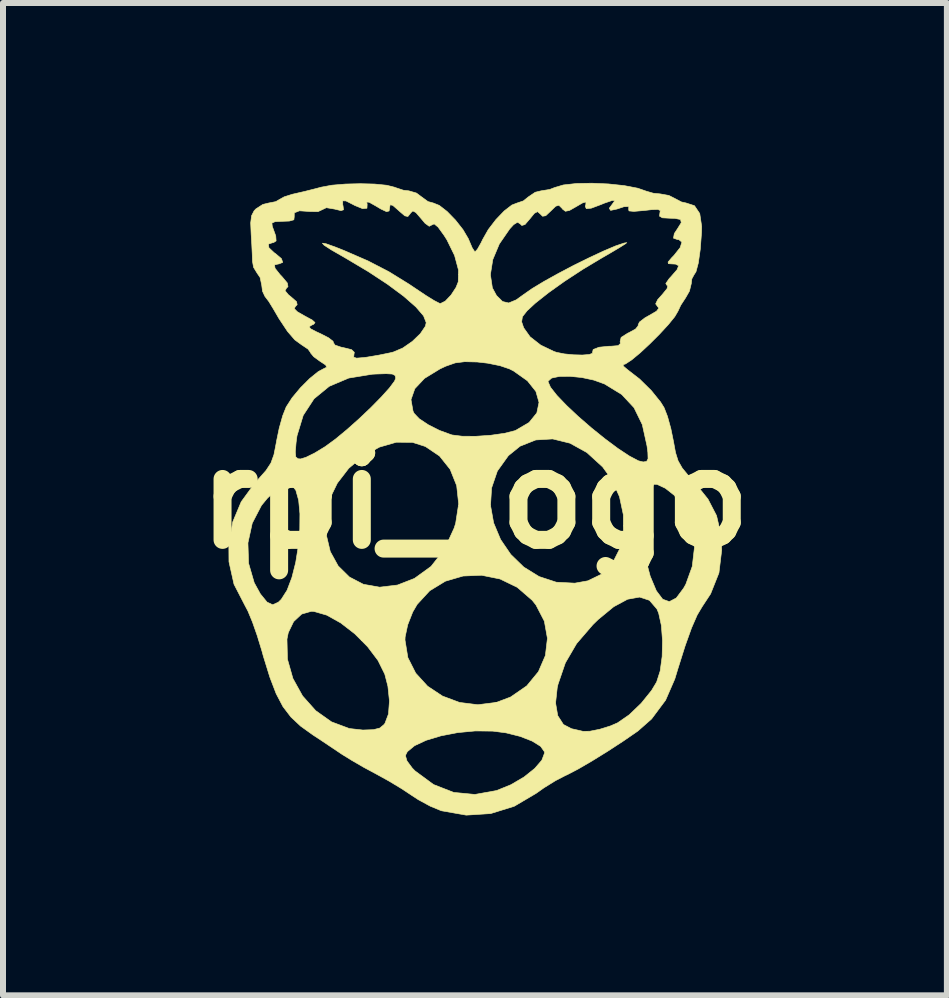
<source format=kicad_pcb>
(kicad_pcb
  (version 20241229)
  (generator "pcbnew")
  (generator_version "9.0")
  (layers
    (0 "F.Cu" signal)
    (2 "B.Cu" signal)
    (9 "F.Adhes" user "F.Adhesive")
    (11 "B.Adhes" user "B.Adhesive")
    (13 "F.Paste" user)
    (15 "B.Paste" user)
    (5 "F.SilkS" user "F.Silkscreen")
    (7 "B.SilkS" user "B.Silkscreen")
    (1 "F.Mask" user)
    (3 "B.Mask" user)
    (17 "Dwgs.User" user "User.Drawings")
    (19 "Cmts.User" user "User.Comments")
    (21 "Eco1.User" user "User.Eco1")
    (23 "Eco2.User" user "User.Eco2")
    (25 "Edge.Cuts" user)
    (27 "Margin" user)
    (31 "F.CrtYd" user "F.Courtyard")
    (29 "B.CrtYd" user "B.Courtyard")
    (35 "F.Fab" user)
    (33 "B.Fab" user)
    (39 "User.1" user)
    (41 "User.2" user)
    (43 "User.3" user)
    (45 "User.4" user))
  (footprint "rpi_logo"
    (layer "F.Cu")
    (at 4.87 5.263)
    (property "Reference" "rpi_logo" (at 0 0 0) (layer "F.SilkS") (effects (font (size 1.524 1.524) (thickness 0.3))))
    (attr exclude_from_pos_files exclude_from_bom)
    (fp_poly (pts (xy 2.225 -5.246) (xy 2.489 -5.218) (xy 2.713 -5.175) (xy 2.857 -5.125) (xy 2.974 -5.091) (xy 3.088 -5.08) (xy 3.233 -5.054) (xy 3.33 -5.005) (xy 3.444 -4.945) (xy 3.518 -4.929) (xy 3.66 -4.883) (xy 3.748 -4.752) (xy 3.78 -4.538) (xy 3.778 -4.44) (xy 3.756 -4.151) (xy 3.724 -3.927) (xy 3.685 -3.781) (xy 3.652 -3.73) (xy 3.616 -3.663) (xy 3.607 -3.585) (xy 3.576 -3.459) (xy 3.512 -3.347) (xy 3.431 -3.223) (xy 3.385 -3.124) (xy 3.331 -3.032) (xy 3.222 -2.898) (xy 3.077 -2.741) (xy 2.915 -2.579) (xy 2.755 -2.43) (xy 2.614 -2.313) (xy 2.511 -2.245) (xy 2.479 -2.235) (xy 2.47 -2.212) (xy 2.534 -2.157) (xy 2.541 -2.151) (xy 2.745 -1.993) (xy 2.94 -1.801) (xy 3.095 -1.609) (xy 3.153 -1.516) (xy 3.21 -1.37) (xy 3.266 -1.167) (xy 3.309 -0.957) (xy 3.344 -0.766) (xy 3.387 -0.629) (xy 3.455 -0.509) (xy 3.566 -0.374) (xy 3.659 -0.272) (xy 3.885 0.009) (xy 4.028 0.285) (xy 4.099 0.589) (xy 4.114 0.86) (xy 4.068 1.24) (xy 3.929 1.589) (xy 3.787 1.805) (xy 3.705 1.943) (xy 3.611 2.158) (xy 3.504 2.457) (xy 3.381 2.847) (xy 3.332 3.009) (xy 3.179 3.361) (xy 2.945 3.675) (xy 2.716 3.877) (xy 2.472 4.045) (xy 2.208 4.217) (xy 1.949 4.377) (xy 1.719 4.511) (xy 1.541 4.604) (xy 1.507 4.619) (xy 1.343 4.704) (xy 1.151 4.823) (xy 1.018 4.917) (xy 0.655 5.131) (xy 0.262 5.253) (xy -0.146 5.279) (xy -0.555 5.207) (xy -0.566 5.204) (xy -0.745 5.13) (xy -0.944 5.022) (xy -1.048 4.954) (xy -1.223 4.838) (xy -1.441 4.707) (xy -1.651 4.591) (xy -1.856 4.481) (xy -2.054 4.366) (xy -2.185 4.285) (xy -1.16 4.285) (xy -1.134 4.375) (xy -1.046 4.494) (xy -0.999 4.542) (xy -0.691 4.769) (xy -0.355 4.9) (xy -0.001 4.934) (xy 0.361 4.869) (xy 0.599 4.772) (xy 0.819 4.643) (xy 0.996 4.501) (xy 1.115 4.363) (xy 1.16 4.244) (xy 1.158 4.222) (xy 1.095 4.132) (xy 0.953 4.044) (xy 0.753 3.966) (xy 0.518 3.907) (xy 0.296 3.878) (xy 0.005 3.875) (xy -0.289 3.903) (xy -0.568 3.957) (xy -0.814 4.031) (xy -1.007 4.121) (xy -1.128 4.221) (xy -1.16 4.285) (xy -2.185 4.285) (xy -2.206 4.272) (xy -2.21 4.27) (xy -2.365 4.166) (xy -2.556 4.038) (xy -2.702 3.942) (xy -2.907 3.795) (xy -3.069 3.643) (xy -3.202 3.469) (xy -3.315 3.254) (xy -3.42 2.98) (xy -3.529 2.628) (xy -3.553 2.54) (xy -3.613 2.344) (xy -3.135 2.344) (xy -3.127 2.679) (xy -3.036 3) (xy -2.875 3.291) (xy -2.656 3.537) (xy -2.392 3.724) (xy -2.095 3.835) (xy -1.87 3.86) (xy -1.694 3.854) (xy -1.587 3.827) (xy -1.518 3.77) (xy -1.501 3.748) (xy -1.442 3.592) (xy -1.426 3.376) (xy -1.452 3.129) (xy -1.504 2.928) (xy -1.617 2.7) (xy -1.791 2.47) (xy -1.901 2.359) (xy -1.167 2.359) (xy -1.119 2.653) (xy -0.988 2.912) (xy -0.79 3.129) (xy -0.541 3.294) (xy -0.257 3.4) (xy 0.048 3.438) (xy 0.279 3.409) (xy 1.344 3.409) (xy 1.38 3.62) (xy 1.475 3.768) (xy 1.61 3.838) (xy 1.731 3.865) (xy 1.802 3.882) (xy 1.916 3.88) (xy 2.081 3.847) (xy 2.258 3.792) (xy 2.378 3.74) (xy 2.572 3.606) (xy 2.772 3.414) (xy 2.944 3.201) (xy 3.029 3.06) (xy 3.088 2.876) (xy 3.121 2.634) (xy 3.127 2.369) (xy 3.108 2.116) (xy 3.063 1.911) (xy 3.034 1.842) (xy 2.909 1.697) (xy 2.745 1.643) (xy 2.545 1.679) (xy 2.313 1.804) (xy 2.052 2.019) (xy 1.966 2.103) (xy 1.695 2.418) (xy 1.507 2.74) (xy 1.385 3.096) (xy 1.372 3.151) (xy 1.344 3.409) (xy 0.279 3.409) (xy 0.358 3.399) (xy 0.595 3.309) (xy 0.864 3.123) (xy 1.058 2.887) (xy 1.174 2.618) (xy 1.208 2.331) (xy 1.157 2.045) (xy 1.017 1.775) (xy 0.955 1.697) (xy 0.704 1.48) (xy 0.417 1.341) (xy 0.11 1.279) (xy -0.199 1.292) (xy -0.493 1.378) (xy -0.754 1.537) (xy -0.964 1.765) (xy -1.038 1.892) (xy -1.122 2.106) (xy -1.165 2.309) (xy -1.167 2.359) (xy -1.901 2.359) (xy -2.005 2.255) (xy -2.239 2.074) (xy -2.472 1.944) (xy -2.684 1.883) (xy -2.728 1.88) (xy -2.889 1.926) (xy -3.024 2.052) (xy -3.113 2.236) (xy -3.135 2.344) (xy -3.613 2.344) (xy -3.629 2.291) (xy -3.71 2.06) (xy -3.786 1.876) (xy -3.839 1.776) (xy -4.018 1.429) (xy -4.102 1.054) (xy -4.104 0.769) (xy -4.099 0.74) (xy -3.786 0.74) (xy -3.775 1.08) (xy -3.681 1.404) (xy -3.578 1.591) (xy -3.467 1.727) (xy -3.373 1.771) (xy -3.278 1.728) (xy -3.23 1.681) (xy -3.133 1.529) (xy -3.053 1.318) (xy -2.989 1.065) (xy -2.945 0.79) (xy -2.928 0.598) (xy -2.481 0.598) (xy -2.413 0.884) (xy -2.281 1.124) (xy -2.093 1.309) (xy -1.86 1.43) (xy -1.589 1.478) (xy -1.291 1.442) (xy -1.009 1.332) (xy -0.733 1.132) (xy -0.511 0.85) (xy -0.348 0.494) (xy -0.322 0.413) (xy -0.276 0.115) (xy 0.259 0.115) (xy 0.311 0.406) (xy 0.427 0.683) (xy 0.597 0.932) (xy 0.814 1.143) (xy 1.07 1.301) (xy 1.356 1.395) (xy 1.665 1.411) (xy 1.882 1.372) (xy 2.115 1.259) (xy 2.293 1.076) (xy 2.413 0.839) (xy 2.475 0.565) (xy 2.474 0.456) (xy 2.783 0.456) (xy 2.807 0.75) (xy 2.854 1.04) (xy 2.922 1.295) (xy 3.024 1.538) (xy 3.13 1.679) (xy 3.241 1.719) (xy 3.357 1.658) (xy 3.479 1.495) (xy 3.516 1.429) (xy 3.623 1.132) (xy 3.661 0.805) (xy 3.63 0.485) (xy 3.563 0.279) (xy 3.456 0.098) (xy 3.321 -0.056) (xy 3.174 -0.172) (xy 3.035 -0.237) (xy 2.921 -0.239) (xy 2.863 -0.192) (xy 2.811 -0.04) (xy 2.784 0.185) (xy 2.783 0.456) (xy 2.474 0.456) (xy 2.474 0.27) (xy 2.41 -0.03) (xy 2.281 -0.317) (xy 2.128 -0.528) (xy 1.866 -0.767) (xy 1.584 -0.923) (xy 1.296 -0.994) (xy 1.014 -0.977) (xy 0.752 -0.873) (xy 0.557 -0.715) (xy 0.373 -0.458) (xy 0.277 -0.177) (xy 0.259 0.115) (xy -0.276 0.115) (xy -0.272 0.09) (xy -0.305 -0.215) (xy -0.414 -0.487) (xy -0.591 -0.709) (xy -0.827 -0.868) (xy -1.043 -0.937) (xy -1.311 -0.939) (xy -1.592 -0.858) (xy -1.863 -0.709) (xy -2.105 -0.504) (xy -2.295 -0.257) (xy -2.385 -0.072) (xy -2.474 0.276) (xy -2.481 0.598) (xy -2.928 0.598) (xy -2.921 0.513) (xy -2.919 0.253) (xy -2.94 0.029) (xy -2.987 -0.138) (xy -3.06 -0.23) (xy -3.072 -0.235) (xy -3.175 -0.225) (xy -3.311 -0.145) (xy -3.459 -0.008) (xy -3.561 0.116) (xy -3.714 0.411) (xy -3.786 0.74) (xy -4.099 0.74) (xy -4.039 0.39) (xy -3.898 0.054) (xy -3.668 -0.262) (xy -3.617 -0.318) (xy -3.484 -0.468) (xy -3.402 -0.593) (xy -3.352 -0.732) (xy -3.343 -0.776) (xy -2.996 -0.776) (xy -2.988 -0.694) (xy -2.952 -0.664) (xy -2.908 -0.66) (xy -2.817 -0.688) (xy -2.673 -0.759) (xy -2.507 -0.86) (xy -2.493 -0.869) (xy -2.325 -0.992) (xy -2.133 -1.151) (xy -1.931 -1.331) (xy -1.736 -1.516) (xy -1.605 -1.649) (xy -1.067 -1.649) (xy -1.033 -1.457) (xy -1.014 -1.419) (xy -0.929 -1.33) (xy -0.778 -1.23) (xy -0.592 -1.136) (xy -0.401 -1.066) (xy -0.381 -1.06) (xy -0.213 -1.039) (xy 0.014 -1.038) (xy 0.263 -1.055) (xy 0.493 -1.088) (xy 0.668 -1.132) (xy 0.681 -1.138) (xy 0.902 -1.268) (xy 1.031 -1.427) (xy 1.068 -1.603) (xy 1.016 -1.786) (xy 0.887 -1.948) (xy 1.219 -1.948) (xy 1.259 -1.856) (xy 1.366 -1.72) (xy 1.527 -1.552) (xy 1.724 -1.367) (xy 1.943 -1.177) (xy 2.169 -0.995) (xy 2.385 -0.834) (xy 2.576 -0.708) (xy 2.726 -0.629) (xy 2.805 -0.61) (xy 2.862 -0.619) (xy 2.886 -0.663) (xy 2.883 -0.767) (xy 2.869 -0.876) (xy 2.79 -1.233) (xy 2.652 -1.515) (xy 2.447 -1.735) (xy 2.163 -1.909) (xy 2.159 -1.911) (xy 1.982 -1.975) (xy 1.782 -2.018) (xy 1.582 -2.038) (xy 1.406 -2.036) (xy 1.278 -2.009) (xy 1.22 -1.957) (xy 1.219 -1.948) (xy 0.887 -1.948) (xy 0.875 -1.963) (xy 0.647 -2.125) (xy 0.575 -2.162) (xy 0.419 -2.215) (xy 0.212 -2.257) (xy 0.038 -2.277) (xy -0.172 -2.282) (xy -0.33 -2.262) (xy -0.487 -2.207) (xy -0.583 -2.162) (xy -0.841 -2.004) (xy -1.003 -1.832) (xy -1.067 -1.649) (xy -1.605 -1.649) (xy -1.563 -1.692) (xy -1.426 -1.844) (xy -1.341 -1.958) (xy -1.321 -2.008) (xy -1.332 -2.052) (xy -1.378 -2.076) (xy -1.481 -2.082) (xy -1.659 -2.076) (xy -1.714 -2.073) (xy -2.105 -2.009) (xy -2.429 -1.872) (xy -2.683 -1.664) (xy -2.864 -1.387) (xy -2.968 -1.046) (xy -2.983 -0.933) (xy -2.996 -0.776) (xy -3.343 -0.776) (xy -3.314 -0.926) (xy -3.309 -0.957) (xy -3.264 -1.174) (xy -3.206 -1.381) (xy -3.148 -1.527) (xy -3.049 -1.68) (xy -2.91 -1.847) (xy -2.756 -2.001) (xy -2.613 -2.117) (xy -2.525 -2.164) (xy -2.472 -2.19) (xy -2.49 -2.227) (xy -2.586 -2.29) (xy -2.69 -2.366) (xy -2.742 -2.429) (xy -2.743 -2.436) (xy -2.784 -2.492) (xy -2.882 -2.558) (xy -2.889 -2.562) (xy -3.004 -2.646) (xy -3.126 -2.787) (xy -3.268 -3.001) (xy -3.363 -3.164) (xy -3.437 -3.285) (xy -3.5 -3.368) (xy -3.502 -3.37) (xy -3.543 -3.458) (xy -3.556 -3.56) (xy -3.583 -3.686) (xy -3.633 -3.759) (xy -3.692 -3.856) (xy -3.71 -3.956) (xy -3.714 -4.078) (xy -3.722 -4.243) (xy -3.445 -4.243) (xy -3.436 -4.182) (xy -3.347 -4.098) (xy -3.327 -4.085) (xy -3.227 -4) (xy -3.206 -3.938) (xy -3.269 -3.912) (xy -3.277 -3.912) (xy -3.342 -3.896) (xy -3.334 -3.84) (xy -3.251 -3.735) (xy -3.214 -3.696) (xy -3.129 -3.594) (xy -3.118 -3.533) (xy -3.142 -3.51) (xy -3.167 -3.466) (xy -3.112 -3.399) (xy -3.065 -3.361) (xy -2.975 -3.282) (xy -2.965 -3.232) (xy -2.992 -3.206) (xy -3.014 -3.167) (xy -2.961 -3.114) (xy -2.84 -3.045) (xy -2.713 -2.976) (xy -2.667 -2.934) (xy -2.691 -2.905) (xy -2.718 -2.894) (xy -2.764 -2.866) (xy -2.743 -2.832) (xy -2.643 -2.78) (xy -2.575 -2.749) (xy -2.444 -2.682) (xy -2.367 -2.623) (xy -2.359 -2.596) (xy -2.334 -2.559) (xy -2.235 -2.525) (xy -2.188 -2.515) (xy -2.058 -2.483) (xy -2.012 -2.439) (xy -2.018 -2.402) (xy -2.022 -2.357) (xy -1.975 -2.341) (xy -1.855 -2.351) (xy -1.799 -2.358) (xy -1.604 -2.391) (xy -1.414 -2.43) (xy -1.361 -2.443) (xy -1.204 -2.51) (xy -1.045 -2.62) (xy -0.911 -2.749) (xy -0.827 -2.873) (xy -0.813 -2.933) (xy -0.857 -3.046) (xy -0.985 -3.195) (xy -1.188 -3.373) (xy -1.456 -3.572) (xy -1.78 -3.785) (xy -2.153 -4.007) (xy -2.184 -4.025) (xy -2.396 -4.147) (xy -2.516 -4.225) (xy -2.544 -4.258) (xy -2.481 -4.248) (xy -2.327 -4.193) (xy -2.181 -4.135) (xy -1.781 -3.961) (xy -1.435 -3.782) (xy -1.1 -3.575) (xy -0.987 -3.499) (xy -0.818 -3.386) (xy -0.679 -3.3) (xy -0.591 -3.255) (xy -0.577 -3.251) (xy -0.495 -3.292) (xy -0.399 -3.393) (xy -0.316 -3.52) (xy -0.279 -3.613) (xy -0.276 -3.734) (xy 0.257 -3.734) (xy 0.29 -3.513) (xy 0.359 -3.385) (xy 0.46 -3.285) (xy 0.562 -3.261) (xy 0.688 -3.313) (xy 0.81 -3.401) (xy 0.952 -3.5) (xy 1.152 -3.621) (xy 1.39 -3.753) (xy 1.648 -3.889) (xy 1.906 -4.016) (xy 2.144 -4.127) (xy 2.344 -4.212) (xy 2.486 -4.26) (xy 2.532 -4.267) (xy 2.503 -4.244) (xy 2.403 -4.181) (xy 2.248 -4.089) (xy 2.106 -4.007) (xy 1.798 -3.822) (xy 1.498 -3.626) (xy 1.226 -3.432) (xy 1.005 -3.257) (xy 0.869 -3.131) (xy 0.791 -3.032) (xy 0.778 -2.947) (xy 0.812 -2.847) (xy 0.919 -2.697) (xy 1.097 -2.558) (xy 1.316 -2.453) (xy 1.36 -2.438) (xy 1.489 -2.412) (xy 1.642 -2.397) (xy 1.791 -2.393) (xy 1.907 -2.402) (xy 1.96 -2.423) (xy 1.959 -2.433) (xy 1.971 -2.485) (xy 2.068 -2.523) (xy 2.235 -2.54) (xy 2.27 -2.54) (xy 2.389 -2.55) (xy 2.426 -2.586) (xy 2.42 -2.616) (xy 2.437 -2.687) (xy 2.547 -2.757) (xy 2.571 -2.768) (xy 2.678 -2.827) (xy 2.722 -2.881) (xy 2.72 -2.893) (xy 2.742 -2.942) (xy 2.834 -3.013) (xy 2.901 -3.051) (xy 3.027 -3.124) (xy 3.066 -3.174) (xy 3.044 -3.203) (xy 3.013 -3.246) (xy 3.046 -3.316) (xy 3.122 -3.401) (xy 3.203 -3.5) (xy 3.215 -3.551) (xy 3.2 -3.556) (xy 3.182 -3.586) (xy 3.239 -3.668) (xy 3.267 -3.698) (xy 3.37 -3.816) (xy 3.396 -3.882) (xy 3.346 -3.909) (xy 3.292 -3.912) (xy 3.225 -3.916) (xy 3.22 -3.944) (xy 3.281 -4.016) (xy 3.318 -4.054) (xy 3.422 -4.185) (xy 3.45 -4.276) (xy 3.4 -4.317) (xy 3.378 -4.318) (xy 3.31 -4.342) (xy 3.324 -4.419) (xy 3.377 -4.499) (xy 3.44 -4.6) (xy 3.428 -4.653) (xy 3.33 -4.672) (xy 3.253 -4.674) (xy 3.125 -4.681) (xy 3.077 -4.709) (xy 3.083 -4.757) (xy 3.09 -4.802) (xy 3.051 -4.821) (xy 2.945 -4.817) (xy 2.822 -4.803) (xy 2.649 -4.788) (xy 2.568 -4.796) (xy 2.563 -4.822) (xy 2.565 -4.87) (xy 2.484 -4.866) (xy 2.366 -4.827) (xy 2.262 -4.805) (xy 2.239 -4.84) (xy 2.296 -4.917) (xy 2.331 -4.968) (xy 2.287 -4.97) (xy 2.158 -4.926) (xy 2.1 -4.902) (xy 1.94 -4.842) (xy 1.857 -4.833) (xy 1.839 -4.873) (xy 1.849 -4.906) (xy 1.85 -4.946) (xy 1.793 -4.929) (xy 1.695 -4.872) (xy 1.576 -4.804) (xy 1.508 -4.79) (xy 1.462 -4.825) (xy 1.449 -4.842) (xy 1.4 -4.89) (xy 1.347 -4.875) (xy 1.266 -4.797) (xy 1.18 -4.716) (xy 1.127 -4.707) (xy 1.089 -4.745) (xy 1.044 -4.784) (xy 0.991 -4.757) (xy 0.917 -4.666) (xy 0.834 -4.569) (xy 0.781 -4.553) (xy 0.755 -4.579) (xy 0.71 -4.608) (xy 0.645 -4.568) (xy 0.579 -4.496) (xy 0.406 -4.245) (xy 0.297 -3.985) (xy 0.257 -3.734) (xy -0.276 -3.734) (xy -0.275 -3.811) (xy -0.34 -4.053) (xy -0.468 -4.314) (xy -0.515 -4.388) (xy -0.615 -4.526) (xy -0.68 -4.58) (xy -0.718 -4.563) (xy -0.763 -4.54) (xy -0.832 -4.59) (xy -0.896 -4.666) (xy -0.984 -4.768) (xy -1.036 -4.796) (xy -1.074 -4.761) (xy -1.08 -4.75) (xy -1.119 -4.703) (xy -1.17 -4.714) (xy -1.26 -4.791) (xy -1.275 -4.805) (xy -1.37 -4.888) (xy -1.414 -4.899) (xy -1.422 -4.861) (xy -1.432 -4.795) (xy -1.475 -4.784) (xy -1.569 -4.828) (xy -1.658 -4.881) (xy -1.765 -4.941) (xy -1.805 -4.944) (xy -1.798 -4.906) (xy -1.801 -4.841) (xy -1.874 -4.834) (xy -2.004 -4.887) (xy -2.032 -4.902) (xy -2.152 -4.963) (xy -2.205 -4.964) (xy -2.205 -4.901) (xy -2.2 -4.879) (xy -2.192 -4.815) (xy -2.234 -4.801) (xy -2.342 -4.827) (xy -2.478 -4.85) (xy -2.545 -4.818) (xy -2.618 -4.784) (xy -2.751 -4.786) (xy -2.751 -4.786) (xy -2.927 -4.798) (xy -3.013 -4.764) (xy -3.014 -4.696) (xy -3.02 -4.648) (xy -3.095 -4.627) (xy -3.2 -4.623) (xy -3.333 -4.617) (xy -3.386 -4.593) (xy -3.38 -4.539) (xy -3.378 -4.534) (xy -3.322 -4.379) (xy -3.316 -4.296) (xy -3.359 -4.268) (xy -3.372 -4.267) (xy -3.445 -4.243) (xy -3.722 -4.243) (xy -3.723 -4.258) (xy -3.732 -4.409) (xy -3.74 -4.597) (xy -3.725 -4.716) (xy -3.684 -4.796) (xy -3.655 -4.828) (xy -3.538 -4.904) (xy -3.439 -4.928) (xy -3.322 -4.951) (xy -3.265 -4.984) (xy -3.181 -5.031) (xy -3.045 -5.074) (xy -3.014 -5.081) (xy -2.844 -5.12) (xy -2.642 -5.171) (xy -2.564 -5.192) (xy -2.386 -5.225) (xy -2.159 -5.244) (xy -1.911 -5.25) (xy -1.673 -5.244) (xy -1.472 -5.224) (xy -1.34 -5.191) (xy -1.329 -5.186) (xy -1.193 -5.141) (xy -1.103 -5.131) (xy -0.976 -5.094) (xy -0.889 -5.029) (xy -0.783 -4.952) (xy -0.695 -4.928) (xy -0.595 -4.888) (xy -0.464 -4.786) (xy -0.325 -4.643) (xy -0.2 -4.484) (xy -0.111 -4.333) (xy -0.096 -4.297) (xy -0.046 -4.18) (xy -0.005 -4.118) (xy 0.002 -4.115) (xy 0.041 -4.157) (xy 0.101 -4.263) (xy 0.129 -4.321) (xy 0.222 -4.485) (xy 0.349 -4.651) (xy 0.487 -4.795) (xy 0.615 -4.894) (xy 0.703 -4.928) (xy 0.807 -4.963) (xy 0.889 -5.029) (xy 1.004 -5.107) (xy 1.103 -5.131) (xy 1.247 -5.154) (xy 1.329 -5.186) (xy 1.474 -5.229) (xy 1.69 -5.253) (xy 1.95 -5.258) (xy 2.225 -5.246)) (stroke (width 0.01) (type solid)) (fill yes) (layer "F.SilkS")))
  (gr_rect
    (start -3 -3)
    (end 12.739 13.547)
    (stroke (width 0.1) (type default))
    (fill no)
    (layer "Edge.Cuts")))
</source>
